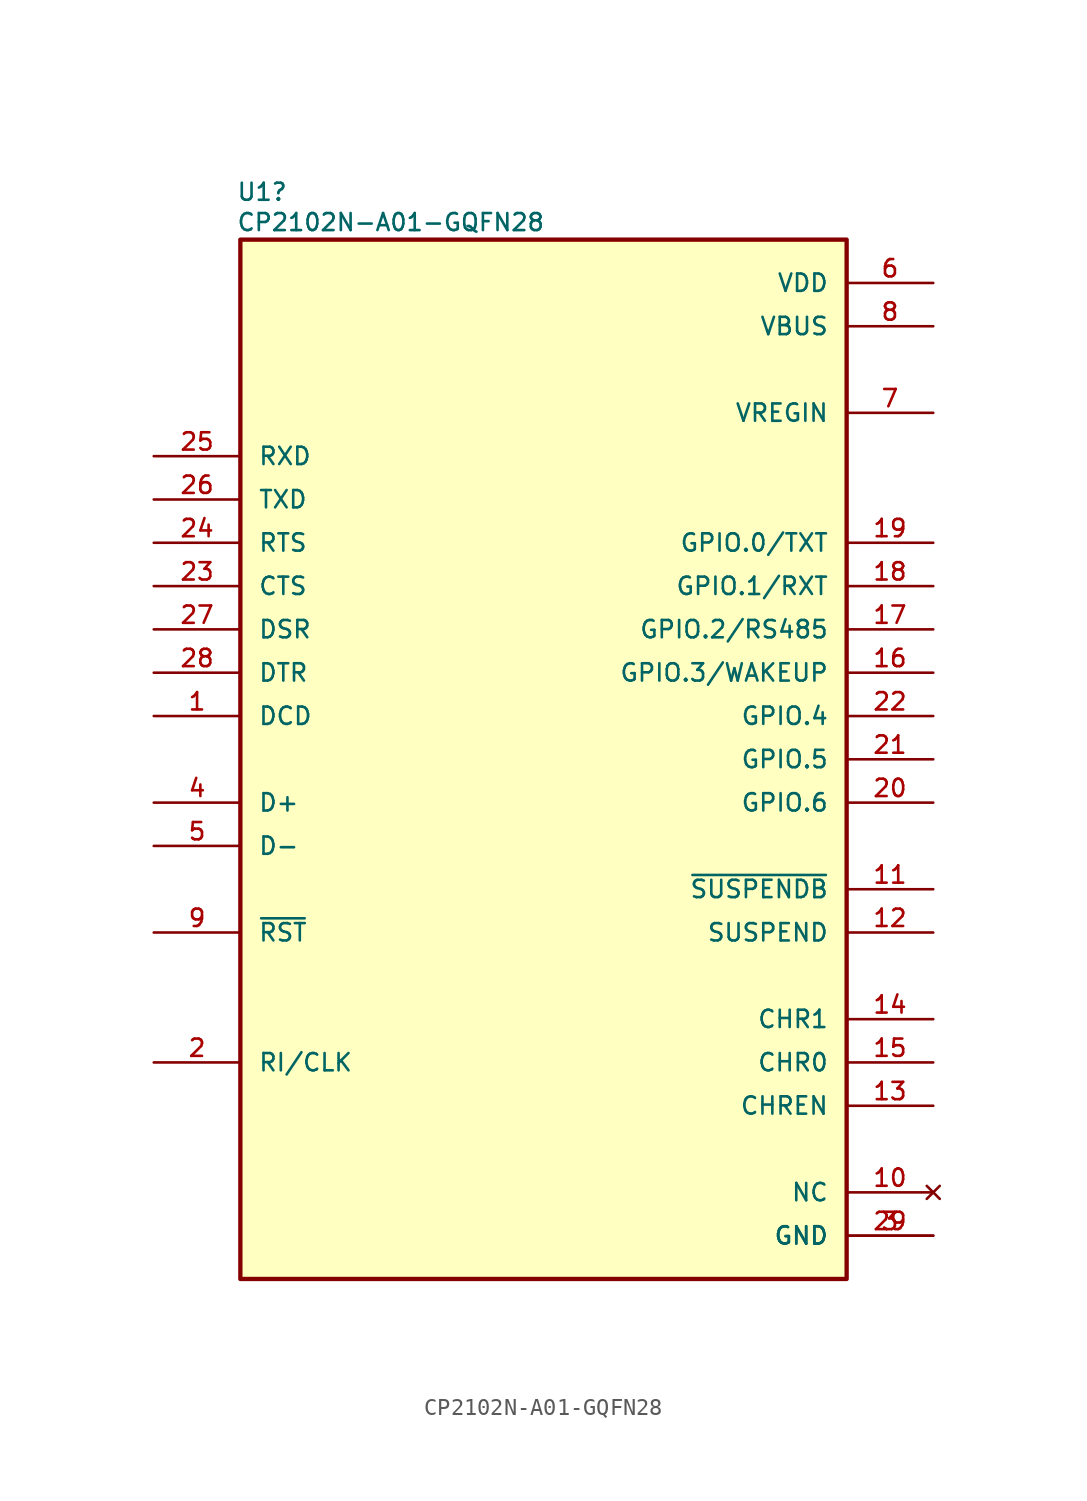
<source format=kicad_sym>
(kicad_symbol_lib
  (version 20241209)
  (generator "kicad_symbol_editor")
  (generator_version "9.0")
  (symbol "CP2102N-A01-GQFN28"
    (pin_names
      (offset 1.016))
    (property "Reference" "U1"
      (at -18.034 33.274 0)
      (effects (font (size 1 1)) (justify left)))
    (property "Value" "CP2102N-A01-GQFN28"
      (at -18.034 31.496 0)
      (effects (font (size 1 1)) (justify left)))
    (property "Purpose" ""
      (at 0 0 0)
      (effects (font (size 1.27 1.27))))
    (symbol "CP2102N-A01-GQFN28_0_0"
      (rectangle (start -17.78 -30.48) (end 17.78 30.48) (stroke (width 0.254) (type default)) (fill (type background)))
      (pin input line (at -22.86 17.78 0) (length 5.08) (name "RXD" (effects (font (size 1.016 1.016)))) (number "25" (effects (font (size 1.016 1.016)))))
      (pin output line (at -22.86 15.24 0) (length 5.08) (name "TXD" (effects (font (size 1.016 1.016)))) (number "26" (effects (font (size 1.016 1.016)))))
      (pin output line (at -22.86 12.7 0) (length 5.08) (name "RTS" (effects (font (size 1.016 1.016)))) (number "24" (effects (font (size 1.016 1.016)))))
      (pin output line (at -22.86 5.08 0) (length 5.08) (name "DTR" (effects (font (size 1.016 1.016)))) (number "28" (effects (font (size 1.016 1.016)))))
      (pin bidirectional line (at -22.86 -2.54 0) (length 5.08) (name "D+" (effects (font (size 1.016 1.016)))) (number "4" (effects (font (size 1.016 1.016)))))
      (pin bidirectional line (at -22.86 -5.08 0) (length 5.08) (name "D-" (effects (font (size 1.016 1.016)))) (number "5" (effects (font (size 1.016 1.016)))))
      (pin input line (at -22.86 -10.16 0) (length 5.08) (name "~{RST}" (effects (font (size 1.016 1.016)))) (number "9" (effects (font (size 1.016 1.016)))))
      (pin power_in line (at 22.86 27.94 180) (length 5.08) (name "VDD" (effects (font (size 1.016 1.016)))) (number "6" (effects (font (size 1.016 1.016)))))
      (pin power_in line (at 22.86 25.4 180) (length 5.08) (name "VBUS" (effects (font (size 1.016 1.016)))) (number "8" (effects (font (size 1.016 1.016)))))
      (pin power_in line (at 22.86 20.32 180) (length 5.08) (name "VREGIN" (effects (font (size 1.016 1.016)))) (number "7" (effects (font (size 1.016 1.016)))))
      (pin bidirectional line (at 22.86 12.7 180) (length 5.08) (name "GPIO.0/TXT" (effects (font (size 1.016 1.016)))) (number "19" (effects (font (size 1.016 1.016)))))
      (pin bidirectional line (at 22.86 10.16 180) (length 5.08) (name "GPIO.1/RXT" (effects (font (size 1.016 1.016)))) (number "18" (effects (font (size 1.016 1.016)))))
      (pin bidirectional line (at 22.86 7.62 180) (length 5.08) (name "GPIO.2/RS485" (effects (font (size 1.016 1.016)))) (number "17" (effects (font (size 1.016 1.016)))))
      (pin bidirectional line (at 22.86 5.08 180) (length 5.08) (name "GPIO.3/WAKEUP" (effects (font (size 1.016 1.016)))) (number "16" (effects (font (size 1.016 1.016)))))
      (pin bidirectional line (at 22.86 2.54 180) (length 5.08) (name "GPIO.4" (effects (font (size 1.016 1.016)))) (number "22" (effects (font (size 1.016 1.016)))))
      (pin bidirectional line (at 22.86 0 180) (length 5.08) (name "GPIO.5" (effects (font (size 1.016 1.016)))) (number "21" (effects (font (size 1.016 1.016)))))
      (pin bidirectional line (at 22.86 -2.54 180) (length 5.08) (name "GPIO.6" (effects (font (size 1.016 1.016)))) (number "20" (effects (font (size 1.016 1.016)))))
      (pin output line (at 22.86 -7.62 180) (length 5.08) (name "~{SUSPENDB}" (effects (font (size 1.016 1.016)))) (number "11" (effects (font (size 1.016 1.016)))))
      (pin output line (at 22.86 -10.16 180) (length 5.08) (name "SUSPEND" (effects (font (size 1.016 1.016)))) (number "12" (effects (font (size 1.016 1.016)))))
      (pin output line (at 22.86 -15.24 180) (length 5.08) (name "CHR1" (effects (font (size 1.016 1.016)))) (number "14" (effects (font (size 1.016 1.016)))))
      (pin output line (at 22.86 -17.78 180) (length 5.08) (name "CHR0" (effects (font (size 1.016 1.016)))) (number "15" (effects (font (size 1.016 1.016)))))
      (pin output line (at 22.86 -20.32 180) (length 5.08) (name "CHREN" (effects (font (size 1.016 1.016)))) (number "13" (effects (font (size 1.016 1.016)))))
      (pin no_connect line (at 22.86 -25.4 180) (length 5.08) (name "NC" (effects (font (size 1.016 1.016)))) (number "10" (effects (font (size 1.016 1.016)))))
      (pin power_in line (at 22.86 -27.94 180) (length 5.08) (name "GND" (effects (font (size 1.016 1.016)))) (number "29" (effects (font (size 1.016 1.016)))))
      (pin power_in line (at 22.86 -27.94 180) (length 5.08) (name "GND" (effects (font (size 1.016 1.016)))) (number "3" (effects (font (size 1.016 1.016))))))
    (symbol "CP2102N-A01-GQFN28_1_0"
      (pin input line (at -22.86 10.16 0) (length 5.08) (name "CTS" (effects (font (size 1.016 1.016)))) (number "23" (effects (font (size 1.016 1.016)))))
      (pin input line (at -22.86 7.62 0) (length 5.08) (name "DSR" (effects (font (size 1.016 1.016)))) (number "27" (effects (font (size 1.016 1.016)))))
      (pin input line (at -22.86 2.54 0) (length 5.08) (name "DCD" (effects (font (size 1.016 1.016)))) (number "1" (effects (font (size 1.016 1.016)))))
      (pin bidirectional line (at -22.86 -17.78 0) (length 5.08) (name "RI/CLK" (effects (font (size 1.016 1.016)))) (number "2" (effects (font (size 1.016 1.016))))))))
</source>
